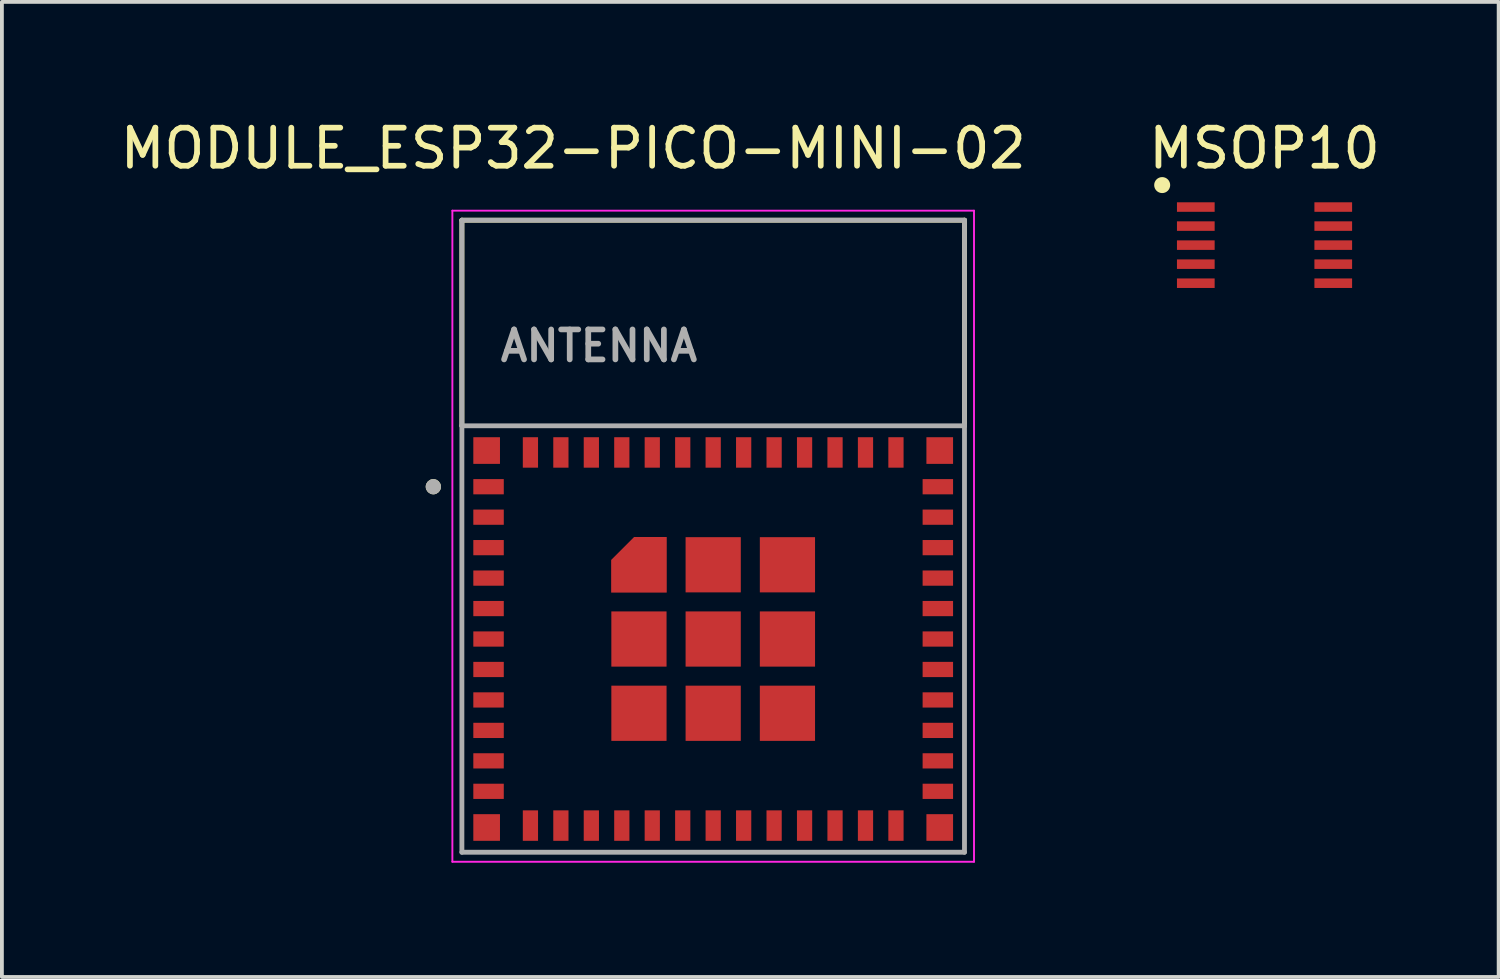
<source format=kicad_pcb>
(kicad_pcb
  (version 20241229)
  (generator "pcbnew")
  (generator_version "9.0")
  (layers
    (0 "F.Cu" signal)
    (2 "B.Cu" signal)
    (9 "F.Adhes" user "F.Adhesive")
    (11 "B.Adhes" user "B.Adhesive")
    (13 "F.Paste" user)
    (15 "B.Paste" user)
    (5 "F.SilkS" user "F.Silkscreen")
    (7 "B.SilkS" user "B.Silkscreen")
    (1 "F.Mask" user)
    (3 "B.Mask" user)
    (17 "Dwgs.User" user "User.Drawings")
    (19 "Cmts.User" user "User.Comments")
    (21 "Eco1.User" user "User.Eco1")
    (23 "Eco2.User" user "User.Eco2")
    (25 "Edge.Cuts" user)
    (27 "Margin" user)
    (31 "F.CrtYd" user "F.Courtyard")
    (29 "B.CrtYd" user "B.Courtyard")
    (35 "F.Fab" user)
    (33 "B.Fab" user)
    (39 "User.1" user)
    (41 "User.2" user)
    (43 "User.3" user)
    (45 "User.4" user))
  (footprint "MSOP10"
    (layer "F.Cu")
    (at 30.161 3.388)
    (property "Reference" "MSOP10" (at 0 -2.54 0) (unlocked yes) (layer "F.SilkS") (effects (font (size 1 1) (thickness 0.15))))
    (attr smd)
    (fp_circle (center -2.688 -1.577) (end -2.538 -1.577) (stroke (width 0.12) (type solid)) (fill yes) (layer "F.SilkS"))
    (pad "1" smd rect (at -1.805 -1) (size 0.99 0.25) (layers "F.Cu" "F.Mask" "F.Paste"))
    (pad "2" smd rect (at -1.805 -0.5) (size 0.99 0.25) (layers "F.Cu" "F.Mask" "F.Paste"))
    (pad "3" smd rect (at -1.805 0) (size 0.99 0.25) (layers "F.Cu" "F.Mask" "F.Paste"))
    (pad "4" smd rect (at -1.805 0.5) (size 0.99 0.25) (layers "F.Cu" "F.Mask" "F.Paste"))
    (pad "5" smd rect (at -1.805 1) (size 0.99 0.25) (layers "F.Cu" "F.Mask" "F.Paste"))
    (pad "6" smd rect (at 1.805 1) (size 0.99 0.25) (layers "F.Cu" "F.Mask" "F.Paste"))
    (pad "7" smd rect (at 1.805 0.5) (size 0.99 0.25) (layers "F.Cu" "F.Mask" "F.Paste"))
    (pad "8" smd rect (at 1.805 0) (size 0.99 0.25) (layers "F.Cu" "F.Mask" "F.Paste"))
    (pad "9" smd rect (at 1.805 -0.5) (size 0.99 0.25) (layers "F.Cu" "F.Mask" "F.Paste"))
    (pad "10" smd rect (at 1.805 -1) (size 0.99 0.25) (layers "F.Cu" "F.Mask" "F.Paste")))
  (footprint "MODULE_ESP32-PICO-MINI-02"
    (layer "F.Cu")
    (at 15.681 13.733)
    (property "Reference" "MODULE_ESP32-PICO-MINI-02" (at -3.675 -12.885 0) (layer "F.SilkS") (effects (font (size 1 1) (thickness 0.15))))
    (attr smd)
    (fp_poly (pts (xy -1.125 -1.125) (xy -1.125 -2.775) (xy -2.175 -2.775) (xy -2.775 -2.175) (xy -2.775 -1.125)) (stroke (width 0.01) (type solid)) (fill yes) (layer "F.Mask"))
    (fp_line (start -6.6 -11) (end 6.6 -11) (stroke (width 0.127) (type solid)) (layer "F.SilkS"))
    (fp_line (start -6.6 -5.6) (end -6.6 -11) (stroke (width 0.127) (type solid)) (layer "F.SilkS"))
    (fp_line (start 6.6 -11) (end 6.6 -5.6) (stroke (width 0.127) (type solid)) (layer "F.SilkS"))
    (fp_circle (center -7.35 -4) (end -7.25 -4) (stroke (width 0.2) (type solid)) (fill no) (layer "F.SilkS"))
    (fp_poly (pts (xy -1.225 -1.225) (xy -1.225 -2.675) (xy -2.075 -2.675) (xy -2.675 -2.075) (xy -2.675 -1.225)) (stroke (width 0.01) (type solid)) (fill yes) (layer "F.Paste"))
    (fp_line (start -6.85 -11.25) (end -6.85 5.85) (stroke (width 0.05) (type solid)) (layer "F.CrtYd"))
    (fp_line (start -6.85 5.85) (end 6.85 5.85) (stroke (width 0.05) (type solid)) (layer "F.CrtYd"))
    (fp_line (start 6.85 -11.25) (end -6.85 -11.25) (stroke (width 0.05) (type solid)) (layer "F.CrtYd"))
    (fp_line (start 6.85 5.85) (end 6.85 -11.25) (stroke (width 0.05) (type solid)) (layer "F.CrtYd"))
    (fp_line (start -6.6 -11) (end 6.6 -11) (stroke (width 0.127) (type solid)) (layer "F.Fab"))
    (fp_line (start -6.6 -5.6) (end -6.6 -11) (stroke (width 0.127) (type solid)) (layer "F.Fab"))
    (fp_line (start -6.6 -5.6) (end 6.6 -5.6) (stroke (width 0.127) (type solid)) (layer "F.Fab"))
    (fp_line (start -6.6 5.6) (end -6.6 -5.6) (stroke (width 0.127) (type solid)) (layer "F.Fab"))
    (fp_line (start 6.6 -11) (end 6.6 -5.6) (stroke (width 0.127) (type solid)) (layer "F.Fab"))
    (fp_line (start 6.6 -5.6) (end 6.6 5.6) (stroke (width 0.127) (type solid)) (layer "F.Fab"))
    (fp_line (start 6.6 5.6) (end -6.6 5.6) (stroke (width 0.127) (type solid)) (layer "F.Fab"))
    (fp_circle (center -7.35 -4) (end -7.25 -4) (stroke (width 0.2) (type solid)) (fill no) (layer "F.Fab"))
    (fp_text user "ANTENNA" (at -3 -7.7 0) (layer "F.Fab") (effects (font (size 0.787 0.787) (thickness 0.15))))
    (pad "1" smd rect (at -5.9 -4) (size 0.8 0.4) (layers "F.Cu" "F.Mask" "F.Paste"))
    (pad "2" smd rect (at -5.9 -3.2) (size 0.8 0.4) (layers "F.Cu" "F.Mask" "F.Paste"))
    (pad "3" smd rect (at -5.9 -2.4) (size 0.8 0.4) (layers "F.Cu" "F.Mask" "F.Paste"))
    (pad "4" smd rect (at -5.9 -1.6) (size 0.8 0.4) (layers "F.Cu" "F.Mask" "F.Paste"))
    (pad "5" smd rect (at -5.9 -0.8) (size 0.8 0.4) (layers "F.Cu" "F.Mask" "F.Paste"))
    (pad "6" smd rect (at -5.9 0) (size 0.8 0.4) (layers "F.Cu" "F.Mask" "F.Paste"))
    (pad "7" smd rect (at -5.9 0.8) (size 0.8 0.4) (layers "F.Cu" "F.Mask" "F.Paste"))
    (pad "8" smd rect (at -5.9 1.6) (size 0.8 0.4) (layers "F.Cu" "F.Mask" "F.Paste"))
    (pad "9" smd rect (at -5.9 2.4) (size 0.8 0.4) (layers "F.Cu" "F.Mask" "F.Paste"))
    (pad "10" smd rect (at -5.9 3.2) (size 0.8 0.4) (layers "F.Cu" "F.Mask" "F.Paste"))
    (pad "11" smd rect (at -5.9 4) (size 0.8 0.4) (layers "F.Cu" "F.Mask" "F.Paste"))
    (pad "12" smd rect (at -4.8 4.9) (size 0.4 0.8) (layers "F.Cu" "F.Mask" "F.Paste"))
    (pad "13" smd rect (at -4 4.9) (size 0.4 0.8) (layers "F.Cu" "F.Mask" "F.Paste"))
    (pad "14" smd rect (at -3.2 4.9) (size 0.4 0.8) (layers "F.Cu" "F.Mask" "F.Paste"))
    (pad "15" smd rect (at -2.4 4.9) (size 0.4 0.8) (layers "F.Cu" "F.Mask" "F.Paste"))
    (pad "16" smd rect (at -1.6 4.9) (size 0.4 0.8) (layers "F.Cu" "F.Mask" "F.Paste"))
    (pad "17" smd rect (at -0.8 4.9) (size 0.4 0.8) (layers "F.Cu" "F.Mask" "F.Paste"))
    (pad "18" smd rect (at 0 4.9) (size 0.4 0.8) (layers "F.Cu" "F.Mask" "F.Paste"))
    (pad "19" smd rect (at 0.8 4.9) (size 0.4 0.8) (layers "F.Cu" "F.Mask" "F.Paste"))
    (pad "20" smd rect (at 1.6 4.9) (size 0.4 0.8) (layers "F.Cu" "F.Mask" "F.Paste"))
    (pad "21" smd rect (at 2.4 4.9) (size 0.4 0.8) (layers "F.Cu" "F.Mask" "F.Paste"))
    (pad "22" smd rect (at 3.2 4.9) (size 0.4 0.8) (layers "F.Cu" "F.Mask" "F.Paste"))
    (pad "23" smd rect (at 4 4.9) (size 0.4 0.8) (layers "F.Cu" "F.Mask" "F.Paste"))
    (pad "24" smd rect (at 4.8 4.9) (size 0.4 0.8) (layers "F.Cu" "F.Mask" "F.Paste"))
    (pad "25" smd rect (at 5.9 4) (size 0.8 0.4) (layers "F.Cu" "F.Mask" "F.Paste"))
    (pad "26" smd rect (at 5.9 3.2) (size 0.8 0.4) (layers "F.Cu" "F.Mask" "F.Paste"))
    (pad "27" smd rect (at 5.9 2.4) (size 0.8 0.4) (layers "F.Cu" "F.Mask" "F.Paste"))
    (pad "28" smd rect (at 5.9 1.6) (size 0.8 0.4) (layers "F.Cu" "F.Mask" "F.Paste"))
    (pad "29" smd rect (at 5.9 0.8) (size 0.8 0.4) (layers "F.Cu" "F.Mask" "F.Paste"))
    (pad "30" smd rect (at 5.9 0) (size 0.8 0.4) (layers "F.Cu" "F.Mask" "F.Paste"))
    (pad "31" smd rect (at 5.9 -0.8) (size 0.8 0.4) (layers "F.Cu" "F.Mask" "F.Paste"))
    (pad "32" smd rect (at 5.9 -1.6) (size 0.8 0.4) (layers "F.Cu" "F.Mask" "F.Paste"))
    (pad "33" smd rect (at 5.9 -2.4) (size 0.8 0.4) (layers "F.Cu" "F.Mask" "F.Paste"))
    (pad "34" smd rect (at 5.9 -3.2) (size 0.8 0.4) (layers "F.Cu" "F.Mask" "F.Paste"))
    (pad "35" smd rect (at 5.9 -4) (size 0.8 0.4) (layers "F.Cu" "F.Mask" "F.Paste"))
    (pad "36" smd rect (at 4.8 -4.9) (size 0.4 0.8) (layers "F.Cu" "F.Mask" "F.Paste"))
    (pad "37" smd rect (at 4 -4.9) (size 0.4 0.8) (layers "F.Cu" "F.Mask" "F.Paste"))
    (pad "38" smd rect (at 3.2 -4.9) (size 0.4 0.8) (layers "F.Cu" "F.Mask" "F.Paste"))
    (pad "39" smd rect (at 2.4 -4.9) (size 0.4 0.8) (layers "F.Cu" "F.Mask" "F.Paste"))
    (pad "40" smd rect (at 1.6 -4.9) (size 0.4 0.8) (layers "F.Cu" "F.Mask" "F.Paste"))
    (pad "41" smd rect (at 0.8 -4.9) (size 0.4 0.8) (layers "F.Cu" "F.Mask" "F.Paste"))
    (pad "42" smd rect (at 0 -4.9) (size 0.4 0.8) (layers "F.Cu" "F.Mask" "F.Paste"))
    (pad "43" smd rect (at -0.8 -4.9) (size 0.4 0.8) (layers "F.Cu" "F.Mask" "F.Paste"))
    (pad "44" smd rect (at -1.6 -4.9) (size 0.4 0.8) (layers "F.Cu" "F.Mask" "F.Paste"))
    (pad "45" smd rect (at -2.4 -4.9) (size 0.4 0.8) (layers "F.Cu" "F.Mask" "F.Paste"))
    (pad "46" smd rect (at -3.2 -4.9) (size 0.4 0.8) (layers "F.Cu" "F.Mask" "F.Paste"))
    (pad "47" smd rect (at -4 -4.9) (size 0.4 0.8) (layers "F.Cu" "F.Mask" "F.Paste"))
    (pad "48" smd rect (at -4.8 -4.9) (size 0.4 0.8) (layers "F.Cu" "F.Mask" "F.Paste"))
    (pad "49" smd rect (at 0 0) (size 1.45 1.45) (layers "F.Cu" "F.Mask" "F.Paste"))
    (pad "50" smd rect (at 5.95 -4.95) (size 0.7 0.7) (layers "F.Cu" "F.Mask" "F.Paste"))
    (pad "51" smd rect (at 5.95 4.95) (size 0.7 0.7) (layers "F.Cu" "F.Mask" "F.Paste"))
    (pad "52" smd rect (at -5.95 4.95) (size 0.7 0.7) (layers "F.Cu" "F.Mask" "F.Paste"))
    (pad "53" smd rect (at -5.95 -4.95) (size 0.7 0.7) (layers "F.Cu" "F.Mask" "F.Paste"))
    (pad "54" smd rect (at -1.95 0) (size 1.45 1.45) (layers "F.Cu" "F.Mask" "F.Paste"))
    (pad "55" smd rect (at -1.95 1.95) (size 1.45 1.45) (layers "F.Cu" "F.Mask" "F.Paste"))
    (pad "56" smd rect (at 0 1.95) (size 1.45 1.45) (layers "F.Cu" "F.Mask" "F.Paste"))
    (pad "57" smd rect (at 1.95 1.95) (size 1.45 1.45) (layers "F.Cu" "F.Mask" "F.Paste"))
    (pad "58" smd rect (at 1.95 0) (size 1.45 1.45) (layers "F.Cu" "F.Mask" "F.Paste"))
    (pad "59" smd rect (at 1.95 -1.95) (size 1.45 1.45) (layers "F.Cu" "F.Mask" "F.Paste"))
    (pad "60" smd rect (at 0 -1.95) (size 1.45 1.45) (layers "F.Cu" "F.Mask" "F.Paste"))
    (pad "61" smd custom (at -1.95 -1.95) (size 0.5 0.5) (layers "F.Cu") (options (anchor rect)) (primitives (gr_poly (pts (xy 0.725 0.725) (xy 0.725 -0.725) (xy -0.125 -0.725) (xy -0.725 -0.125) (xy -0.725 0.725)) (width 0.01) (fill yes))))
    (zone (net_name "") (layer "F.Cu") (hatch full 0.508) (connect_pads) (min_thickness 0.01) (filled_areas_thickness no) (keepout (tracks not_allowed) (vias not_allowed) (pads not_allowed) (copperpour not_allowed) (footprints allowed)) (placement (enabled no)) (fill) (polygon (pts (xy 9.081 2.733) (xy 22.281 2.733) (xy 22.281 8.133) (xy 9.081 8.133))))
    (zone (net_name "") (layers "F.Cu" "B.Cu") (hatch full 0.508) (connect_pads) (min_thickness 0.01) (filled_areas_thickness no) (keepout (tracks allowed) (vias not_allowed) (pads allowed) (copperpour allowed) (footprints allowed)) (placement (enabled no)) (fill) (polygon (pts (xy 9.081 2.733) (xy 22.281 2.733) (xy 22.281 8.133) (xy 9.081 8.133))))
    (zone (net_name "") (layer "B.Cu") (hatch full 0.508) (connect_pads) (min_thickness 0.01) (filled_areas_thickness no) (keepout (tracks not_allowed) (vias not_allowed) (pads not_allowed) (copperpour not_allowed) (footprints allowed)) (placement (enabled no)) (fill) (polygon (pts (xy 9.081 2.733) (xy 22.281 2.733) (xy 22.281 8.133) (xy 9.081 8.133)))))
  (gr_rect
    (start -3 -3)
    (end 36.31 22.608)
    (stroke (width 0.1) (type default))
    (fill no)
    (layer "Edge.Cuts")))
</source>
